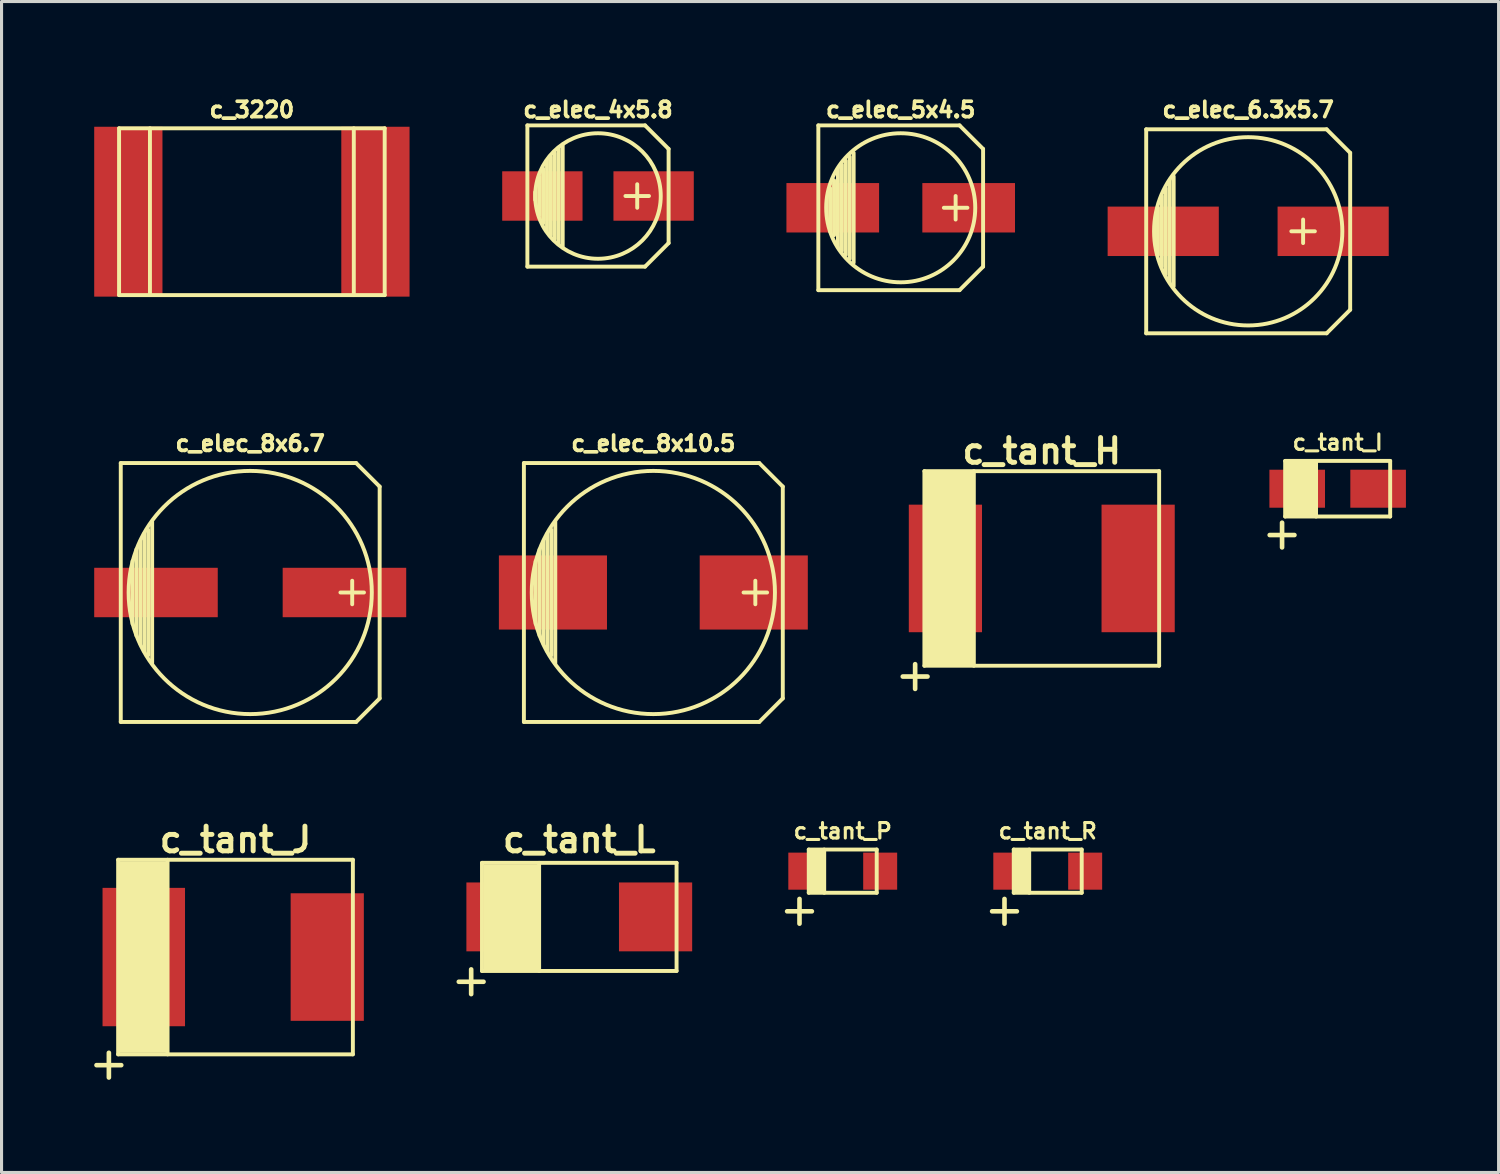
<source format=kicad_pcb>
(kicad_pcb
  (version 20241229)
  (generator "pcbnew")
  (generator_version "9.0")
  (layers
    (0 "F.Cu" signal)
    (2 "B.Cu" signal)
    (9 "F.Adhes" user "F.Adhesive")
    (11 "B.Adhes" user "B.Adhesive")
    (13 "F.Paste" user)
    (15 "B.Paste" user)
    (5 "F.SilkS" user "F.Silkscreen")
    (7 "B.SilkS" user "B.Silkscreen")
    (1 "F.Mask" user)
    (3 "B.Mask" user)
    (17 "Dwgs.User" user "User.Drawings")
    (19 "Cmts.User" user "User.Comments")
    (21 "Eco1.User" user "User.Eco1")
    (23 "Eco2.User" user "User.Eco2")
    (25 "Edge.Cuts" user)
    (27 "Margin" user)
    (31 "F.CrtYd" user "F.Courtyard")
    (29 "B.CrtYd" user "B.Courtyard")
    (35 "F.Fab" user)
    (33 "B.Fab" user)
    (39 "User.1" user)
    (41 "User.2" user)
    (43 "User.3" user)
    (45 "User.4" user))
  (footprint "c_3220"
    (layer "F.Cu")
    (at 5.105 3.804)
    (property "Reference" "c_3220" (at 0 -3.302 0) (layer "F.SilkS") (effects (font (size 0.5 0.5) (thickness 0.119))))
    (attr through_hole)
    (fp_line (start -4.3 -2.7) (end 4.3 -2.7) (stroke (width 0.127) (type solid)) (layer "F.SilkS"))
    (fp_line (start -4.3 2.7) (end -4.3 -2.7) (stroke (width 0.127) (type solid)) (layer "F.SilkS"))
    (fp_line (start -4.3 2.7) (end 4.3 2.7) (stroke (width 0.127) (type solid)) (layer "F.SilkS"))
    (fp_line (start -3.3 2.7) (end -3.3 -2.7) (stroke (width 0.127) (type solid)) (layer "F.SilkS"))
    (fp_line (start 3.3 2.7) (end 3.3 -2.7) (stroke (width 0.127) (type solid)) (layer "F.SilkS"))
    (fp_line (start 4.3 2.7) (end 4.3 -2.7) (stroke (width 0.127) (type solid)) (layer "F.SilkS"))
    (pad "1" smd rect (at 4 0) (size 2.21 5.5) (layers "F.Cu" "F.Mask" "F.Paste"))
    (pad "2" smd rect (at -4 0) (size 2.21 5.5) (layers "F.Cu" "F.Mask" "F.Paste")))
  (footprint "c_elec_4x5.8"
    (layer "F.Cu")
    (at 16.311 3.296)
    (property "Reference" "c_elec_4x5.8" (at 0 -2.794 0) (layer "F.SilkS") (effects (font (size 0.5 0.5) (thickness 0.119))))
    (attr through_hole)
    (fp_line (start -2.286 -2.286) (end -2.286 2.286) (stroke (width 0.127) (type solid)) (layer "F.SilkS"))
    (fp_line (start -2.032 0.127) (end -2.032 -0.127) (stroke (width 0.127) (type solid)) (layer "F.SilkS"))
    (fp_line (start -1.905 -0.635) (end -1.905 0.635) (stroke (width 0.127) (type solid)) (layer "F.SilkS"))
    (fp_line (start -1.778 0.889) (end -1.778 -0.889) (stroke (width 0.127) (type solid)) (layer "F.SilkS"))
    (fp_line (start -1.651 1.143) (end -1.651 -1.143) (stroke (width 0.127) (type solid)) (layer "F.SilkS"))
    (fp_line (start -1.524 -1.27) (end -1.524 1.27) (stroke (width 0.127) (type solid)) (layer "F.SilkS"))
    (fp_line (start -1.397 1.397) (end -1.397 -1.397) (stroke (width 0.127) (type solid)) (layer "F.SilkS"))
    (fp_line (start -1.27 -1.524) (end -1.27 1.524) (stroke (width 0.127) (type solid)) (layer "F.SilkS"))
    (fp_line (start -1.143 -1.651) (end -1.143 1.651) (stroke (width 0.127) (type solid)) (layer "F.SilkS"))
    (fp_line (start 1.27 -0.381) (end 1.27 0.381) (stroke (width 0.127) (type solid)) (layer "F.SilkS"))
    (fp_line (start 1.524 -2.286) (end -2.286 -2.286) (stroke (width 0.127) (type solid)) (layer "F.SilkS"))
    (fp_line (start 1.524 -2.286) (end 2.286 -1.524) (stroke (width 0.127) (type solid)) (layer "F.SilkS"))
    (fp_line (start 1.524 2.286) (end -2.286 2.286) (stroke (width 0.127) (type solid)) (layer "F.SilkS"))
    (fp_line (start 1.524 2.286) (end 2.286 1.524) (stroke (width 0.127) (type solid)) (layer "F.SilkS"))
    (fp_line (start 1.651 0) (end 0.889 0) (stroke (width 0.127) (type solid)) (layer "F.SilkS"))
    (fp_line (start 2.286 -1.524) (end 2.286 1.524) (stroke (width 0.127) (type solid)) (layer "F.SilkS"))
    (fp_circle (center 0 0) (end -2.032 0) (stroke (width 0.127) (type solid)) (fill no) (layer "F.SilkS"))
    (pad "1" smd rect (at 1.801 0) (size 2.601 1.6) (layers "F.Cu" "F.Mask" "F.Paste"))
    (pad "2" smd rect (at -1.801 0) (size 2.601 1.6) (layers "F.Cu" "F.Mask" "F.Paste")))
  (footprint "c_tant_P"
    (layer "F.Cu")
    (at 24.235 25.155)
    (property "Reference" "c_tant_P" (at 0 -1.3 0) (layer "F.SilkS") (effects (font (size 0.5 0.5) (thickness 0.1))))
    (attr through_hole)
    (fp_line (start -1.8 1.3) (end -1 1.3) (stroke (width 0.15) (type solid)) (layer "F.SilkS"))
    (fp_line (start -1.4 0.9) (end -1.4 1.7) (stroke (width 0.15) (type solid)) (layer "F.SilkS"))
    (fp_line (start -1.1 -0.7) (end -1.1 0.7) (stroke (width 0.127) (type solid)) (layer "F.SilkS"))
    (fp_line (start -1.1 0.7) (end 1.1 0.7) (stroke (width 0.127) (type solid)) (layer "F.SilkS"))
    (fp_line (start -0.6 -0.7) (end -0.6 0.7) (stroke (width 0.127) (type solid)) (layer "F.SilkS"))
    (fp_line (start 1.1 -0.7) (end -1.1 -0.7) (stroke (width 0.127) (type solid)) (layer "F.SilkS"))
    (fp_line (start 1.1 0.7) (end 1.1 -0.7) (stroke (width 0.127) (type solid)) (layer "F.SilkS"))
    (fp_poly (pts (xy -1.1 -0.7) (xy -0.6 -0.7) (xy -0.6 0.7) (xy -1.1 0.7)) (stroke (width 0.01) (type solid)) (fill yes) (layer "F.SilkS"))
    (pad "1" smd rect (at -1.212 0) (size 1.1 1.2) (layers "F.Cu" "F.Mask" "F.Paste"))
    (pad "2" smd rect (at 1.212 0) (size 1.1 1.2) (layers "F.Cu" "F.Mask" "F.Paste")))
  (footprint "c_elec_6.3x5.7"
    (layer "F.Cu")
    (at 37.362 4.439)
    (property "Reference" "c_elec_6.3x5.7" (at 0 -3.937 0) (layer "F.SilkS") (effects (font (size 0.5 0.5) (thickness 0.119))))
    (attr through_hole)
    (fp_line (start -3.302 -3.302) (end -3.302 3.302) (stroke (width 0.127) (type solid)) (layer "F.SilkS"))
    (fp_line (start -3.302 3.302) (end 2.54 3.302) (stroke (width 0.127) (type solid)) (layer "F.SilkS"))
    (fp_line (start -2.921 -0.762) (end -2.921 0.762) (stroke (width 0.127) (type solid)) (layer "F.SilkS"))
    (fp_line (start -2.794 1.143) (end -2.794 -1.143) (stroke (width 0.127) (type solid)) (layer "F.SilkS"))
    (fp_line (start -2.667 -1.397) (end -2.667 1.397) (stroke (width 0.127) (type solid)) (layer "F.SilkS"))
    (fp_line (start -2.54 1.651) (end -2.54 -1.651) (stroke (width 0.127) (type solid)) (layer "F.SilkS"))
    (fp_line (start -2.413 -1.778) (end -2.413 1.778) (stroke (width 0.127) (type solid)) (layer "F.SilkS"))
    (fp_line (start 1.778 -0.381) (end 1.778 0.381) (stroke (width 0.127) (type solid)) (layer "F.SilkS"))
    (fp_line (start 2.159 0) (end 1.397 0) (stroke (width 0.127) (type solid)) (layer "F.SilkS"))
    (fp_line (start 2.54 -3.302) (end -3.302 -3.302) (stroke (width 0.127) (type solid)) (layer "F.SilkS"))
    (fp_line (start 2.54 3.302) (end 3.302 2.54) (stroke (width 0.127) (type solid)) (layer "F.SilkS"))
    (fp_line (start 3.302 -2.54) (end 2.54 -3.302) (stroke (width 0.127) (type solid)) (layer "F.SilkS"))
    (fp_line (start 3.302 2.54) (end 3.302 -2.54) (stroke (width 0.127) (type solid)) (layer "F.SilkS"))
    (fp_circle (center 0 0) (end -3.048 0) (stroke (width 0.127) (type solid)) (fill no) (layer "F.SilkS"))
    (pad "1" smd rect (at 2.751 0) (size 3.599 1.6) (layers "F.Cu" "F.Mask" "F.Paste"))
    (pad "2" smd rect (at -2.751 0) (size 3.599 1.6) (layers "F.Cu" "F.Mask" "F.Paste")))
  (footprint "c_elec_8x6.7"
    (layer "F.Cu")
    (at 5.051 16.133)
    (property "Reference" "c_elec_8x6.7" (at 0 -4.826 0) (layer "F.SilkS") (effects (font (size 0.5 0.5) (thickness 0.119))))
    (attr through_hole)
    (fp_line (start -4.191 -4.191) (end -4.191 4.191) (stroke (width 0.127) (type solid)) (layer "F.SilkS"))
    (fp_line (start -4.191 4.191) (end 3.429 4.191) (stroke (width 0.127) (type solid)) (layer "F.SilkS"))
    (fp_line (start -3.81 -1.016) (end -3.81 1.016) (stroke (width 0.127) (type solid)) (layer "F.SilkS"))
    (fp_line (start -3.683 1.397) (end -3.683 -1.397) (stroke (width 0.127) (type solid)) (layer "F.SilkS"))
    (fp_line (start -3.556 -1.651) (end -3.556 1.651) (stroke (width 0.127) (type solid)) (layer "F.SilkS"))
    (fp_line (start -3.429 1.905) (end -3.429 -1.905) (stroke (width 0.127) (type solid)) (layer "F.SilkS"))
    (fp_line (start -3.302 2.032) (end -3.302 -2.032) (stroke (width 0.127) (type solid)) (layer "F.SilkS"))
    (fp_line (start -3.175 -2.286) (end -3.175 2.286) (stroke (width 0.127) (type solid)) (layer "F.SilkS"))
    (fp_line (start 3.302 -0.381) (end 3.302 0.381) (stroke (width 0.127) (type solid)) (layer "F.SilkS"))
    (fp_line (start 3.429 -4.191) (end -4.191 -4.191) (stroke (width 0.127) (type solid)) (layer "F.SilkS"))
    (fp_line (start 3.429 4.191) (end 4.191 3.429) (stroke (width 0.127) (type solid)) (layer "F.SilkS"))
    (fp_line (start 3.683 0) (end 2.921 0) (stroke (width 0.127) (type solid)) (layer "F.SilkS"))
    (fp_line (start 4.191 -3.429) (end 3.429 -4.191) (stroke (width 0.127) (type solid)) (layer "F.SilkS"))
    (fp_line (start 4.191 3.429) (end 4.191 -3.429) (stroke (width 0.127) (type solid)) (layer "F.SilkS"))
    (fp_circle (center 0 0) (end 3.937 0) (stroke (width 0.127) (type solid)) (fill no) (layer "F.SilkS"))
    (pad "1" smd rect (at 3.051 0) (size 4 1.6) (layers "F.Cu" "F.Mask" "F.Paste"))
    (pad "2" smd rect (at -3.051 0) (size 4 1.6) (layers "F.Cu" "F.Mask" "F.Paste")))
  (footprint "c_tant_R"
    (layer "F.Cu")
    (at 30.872 25.155)
    (property "Reference" "c_tant_R" (at 0 -1.3 0) (layer "F.SilkS") (effects (font (size 0.5 0.5) (thickness 0.1))))
    (attr through_hole)
    (fp_line (start -1.8 1.3) (end -1 1.3) (stroke (width 0.15) (type solid)) (layer "F.SilkS"))
    (fp_line (start -1.4 0.9) (end -1.4 1.7) (stroke (width 0.15) (type solid)) (layer "F.SilkS"))
    (fp_line (start -1.1 -0.7) (end -1.1 0.7) (stroke (width 0.127) (type solid)) (layer "F.SilkS"))
    (fp_line (start -1.1 0.7) (end 1.1 0.7) (stroke (width 0.127) (type solid)) (layer "F.SilkS"))
    (fp_line (start -0.6 -0.7) (end -0.6 0.7) (stroke (width 0.127) (type solid)) (layer "F.SilkS"))
    (fp_line (start 1.1 -0.7) (end -1.1 -0.7) (stroke (width 0.127) (type solid)) (layer "F.SilkS"))
    (fp_line (start 1.1 0.7) (end 1.1 -0.7) (stroke (width 0.127) (type solid)) (layer "F.SilkS"))
    (fp_poly (pts (xy -1.1 -0.7) (xy -0.6 -0.7) (xy -0.6 0.7) (xy -1.1 0.7)) (stroke (width 0.01) (type solid)) (fill yes) (layer "F.SilkS"))
    (pad "1" smd rect (at -1.212 0) (size 1.1 1.2) (layers "F.Cu" "F.Mask" "F.Paste"))
    (pad "2" smd rect (at 1.212 0) (size 1.1 1.2) (layers "F.Cu" "F.Mask" "F.Paste")))
  (footprint "c_elec_5x4.5"
    (layer "F.Cu")
    (at 26.112 3.677)
    (property "Reference" "c_elec_5x4.5" (at 0 -3.175 0) (layer "F.SilkS") (effects (font (size 0.5 0.5) (thickness 0.119))))
    (attr through_hole)
    (fp_line (start -2.667 -2.667) (end 1.905 -2.667) (stroke (width 0.127) (type solid)) (layer "F.SilkS"))
    (fp_line (start -2.667 2.667) (end -2.667 -2.667) (stroke (width 0.127) (type solid)) (layer "F.SilkS"))
    (fp_line (start -2.286 -0.635) (end -2.286 0.762) (stroke (width 0.127) (type solid)) (layer "F.SilkS"))
    (fp_line (start -2.159 -0.889) (end -2.159 0.889) (stroke (width 0.127) (type solid)) (layer "F.SilkS"))
    (fp_line (start -2.032 -1.27) (end -2.032 1.27) (stroke (width 0.127) (type solid)) (layer "F.SilkS"))
    (fp_line (start -1.905 1.397) (end -1.905 -1.397) (stroke (width 0.127) (type solid)) (layer "F.SilkS"))
    (fp_line (start -1.778 -1.524) (end -1.778 1.524) (stroke (width 0.127) (type solid)) (layer "F.SilkS"))
    (fp_line (start -1.651 1.651) (end -1.651 -1.651) (stroke (width 0.127) (type solid)) (layer "F.SilkS"))
    (fp_line (start -1.524 -1.778) (end -1.524 1.778) (stroke (width 0.127) (type solid)) (layer "F.SilkS"))
    (fp_line (start 1.778 -0.381) (end 1.778 0.381) (stroke (width 0.127) (type solid)) (layer "F.SilkS"))
    (fp_line (start 1.905 -2.667) (end 2.667 -1.905) (stroke (width 0.127) (type solid)) (layer "F.SilkS"))
    (fp_line (start 1.905 2.667) (end -2.667 2.667) (stroke (width 0.127) (type solid)) (layer "F.SilkS"))
    (fp_line (start 2.159 0) (end 1.397 0) (stroke (width 0.127) (type solid)) (layer "F.SilkS"))
    (fp_line (start 2.667 -1.905) (end 2.667 1.905) (stroke (width 0.127) (type solid)) (layer "F.SilkS"))
    (fp_line (start 2.667 1.905) (end 1.905 2.667) (stroke (width 0.127) (type solid)) (layer "F.SilkS"))
    (fp_circle (center 0 0) (end -2.413 0) (stroke (width 0.127) (type solid)) (fill no) (layer "F.SilkS"))
    (pad "1" smd rect (at 2.2 0) (size 3 1.6) (layers "F.Cu" "F.Mask" "F.Paste"))
    (pad "2" smd rect (at -2.2 0) (size 3 1.6) (layers "F.Cu" "F.Mask" "F.Paste")))
  (footprint "c_tant_J"
    (layer "F.Cu")
    (at 4.575 27.936)
    (property "Reference" "c_tant_J" (at 0 -3.8 0) (layer "F.SilkS") (effects (font (size 0.8 0.8) (thickness 0.16))))
    (attr through_hole)
    (fp_line (start -4.5 3.5) (end -3.7 3.5) (stroke (width 0.15) (type solid)) (layer "F.SilkS"))
    (fp_line (start -4.1 3.1) (end -4.1 3.9) (stroke (width 0.15) (type solid)) (layer "F.SilkS"))
    (fp_line (start -3.8 -3.15) (end -3.8 3.15) (stroke (width 0.127) (type solid)) (layer "F.SilkS"))
    (fp_line (start -3.8 3.15) (end 3.8 3.15) (stroke (width 0.127) (type solid)) (layer "F.SilkS"))
    (fp_line (start -2.2 3.15) (end -2.2 -3.15) (stroke (width 0.127) (type solid)) (layer "F.SilkS"))
    (fp_line (start 3.8 -3.15) (end -3.8 -3.15) (stroke (width 0.127) (type solid)) (layer "F.SilkS"))
    (fp_line (start 3.8 -3.15) (end 3.8 3.15) (stroke (width 0.127) (type solid)) (layer "F.SilkS"))
    (fp_poly (pts (xy -3.8 -3.1) (xy -2.2 -3.1) (xy -2.2 3.1) (xy -3.8 3.1)) (stroke (width 0.01) (type solid)) (fill yes) (layer "F.SilkS"))
    (pad "1" smd rect (at -2.97 0) (size 2.67 4.48) (layers "F.Cu" "F.Mask" "F.Paste"))
    (pad "2" smd rect (at 2.97 0) (size 2.37 4.13) (layers "F.Cu" "F.Mask" "F.Paste")))
  (footprint "c_tant_L"
    (layer "F.Cu")
    (at 15.705 26.636)
    (property "Reference" "c_tant_L" (at 0 -2.5 0) (layer "F.SilkS") (effects (font (size 0.8 0.8) (thickness 0.16))))
    (attr through_hole)
    (fp_line (start -3.9 2.1) (end -3.1 2.1) (stroke (width 0.15) (type solid)) (layer "F.SilkS"))
    (fp_line (start -3.5 1.7) (end -3.5 2.5) (stroke (width 0.15) (type solid)) (layer "F.SilkS"))
    (fp_line (start -3.15 -1.75) (end -3.15 1.75) (stroke (width 0.127) (type solid)) (layer "F.SilkS"))
    (fp_line (start -3.15 1.75) (end 3.15 1.75) (stroke (width 0.127) (type solid)) (layer "F.SilkS"))
    (fp_line (start -1.3 -1.75) (end -1.3 1.75) (stroke (width 0.127) (type solid)) (layer "F.SilkS"))
    (fp_line (start 3.15 -1.75) (end -3.15 -1.75) (stroke (width 0.127) (type solid)) (layer "F.SilkS"))
    (fp_line (start 3.15 1.75) (end 3.15 -1.75) (stroke (width 0.127) (type solid)) (layer "F.SilkS"))
    (fp_poly (pts (xy -1.3 1.7) (xy -3.1 1.7) (xy -3.1 -1.7) (xy -1.3 -1.7)) (stroke (width 0.01) (type solid)) (fill yes) (layer "F.SilkS"))
    (pad "1" smd rect (at -2.47 0) (size 2.37 2.23) (layers "F.Cu" "F.Mask" "F.Paste"))
    (pad "2" smd rect (at 2.47 0) (size 2.37 2.23) (layers "F.Cu" "F.Mask" "F.Paste")))
  (footprint "c_elec_8x10.5"
    (layer "F.Cu")
    (at 18.103 16.133)
    (property "Reference" "c_elec_8x10.5" (at 0 -4.826 0) (layer "F.SilkS") (effects (font (size 0.5 0.5) (thickness 0.119))))
    (attr through_hole)
    (fp_line (start -4.191 -4.191) (end -4.191 4.191) (stroke (width 0.127) (type solid)) (layer "F.SilkS"))
    (fp_line (start -4.191 4.191) (end 3.429 4.191) (stroke (width 0.127) (type solid)) (layer "F.SilkS"))
    (fp_line (start -3.81 -1.016) (end -3.81 1.016) (stroke (width 0.127) (type solid)) (layer "F.SilkS"))
    (fp_line (start -3.683 1.397) (end -3.683 -1.397) (stroke (width 0.127) (type solid)) (layer "F.SilkS"))
    (fp_line (start -3.556 -1.651) (end -3.556 1.651) (stroke (width 0.127) (type solid)) (layer "F.SilkS"))
    (fp_line (start -3.429 1.905) (end -3.429 -1.905) (stroke (width 0.127) (type solid)) (layer "F.SilkS"))
    (fp_line (start -3.302 2.032) (end -3.302 -2.032) (stroke (width 0.127) (type solid)) (layer "F.SilkS"))
    (fp_line (start -3.175 -2.286) (end -3.175 2.286) (stroke (width 0.127) (type solid)) (layer "F.SilkS"))
    (fp_line (start 3.302 -0.381) (end 3.302 0.381) (stroke (width 0.127) (type solid)) (layer "F.SilkS"))
    (fp_line (start 3.429 -4.191) (end -4.191 -4.191) (stroke (width 0.127) (type solid)) (layer "F.SilkS"))
    (fp_line (start 3.429 4.191) (end 4.191 3.429) (stroke (width 0.127) (type solid)) (layer "F.SilkS"))
    (fp_line (start 3.683 0) (end 2.921 0) (stroke (width 0.127) (type solid)) (layer "F.SilkS"))
    (fp_line (start 4.191 -3.429) (end 3.429 -4.191) (stroke (width 0.127) (type solid)) (layer "F.SilkS"))
    (fp_line (start 4.191 3.429) (end 4.191 -3.429) (stroke (width 0.127) (type solid)) (layer "F.SilkS"))
    (fp_circle (center 0 0) (end 3.937 0) (stroke (width 0.127) (type solid)) (fill no) (layer "F.SilkS"))
    (pad "1" smd rect (at 3.251 0) (size 3.5 2.4) (layers "F.Cu" "F.Mask" "F.Paste"))
    (pad "2" smd rect (at -3.251 0) (size 3.5 2.4) (layers "F.Cu" "F.Mask" "F.Paste")))
  (footprint "c_tant_H"
    (layer "F.Cu")
    (at 30.679 15.354)
    (property "Reference" "c_tant_H" (at 0 -3.8 0) (layer "F.SilkS") (effects (font (size 0.8 0.8) (thickness 0.16))))
    (attr through_hole)
    (fp_line (start -4.5 3.5) (end -3.7 3.5) (stroke (width 0.15) (type solid)) (layer "F.SilkS"))
    (fp_line (start -4.1 3.1) (end -4.1 3.9) (stroke (width 0.15) (type solid)) (layer "F.SilkS"))
    (fp_line (start -3.8 -3.15) (end -3.8 3.15) (stroke (width 0.127) (type solid)) (layer "F.SilkS"))
    (fp_line (start -3.8 3.15) (end 3.8 3.15) (stroke (width 0.127) (type solid)) (layer "F.SilkS"))
    (fp_line (start -2.2 3.15) (end -2.2 -3.15) (stroke (width 0.127) (type solid)) (layer "F.SilkS"))
    (fp_line (start 3.8 -3.15) (end -3.8 -3.15) (stroke (width 0.127) (type solid)) (layer "F.SilkS"))
    (fp_line (start 3.8 -3.15) (end 3.8 3.15) (stroke (width 0.127) (type solid)) (layer "F.SilkS"))
    (fp_poly (pts (xy -3.8 -3.1) (xy -2.2 -3.1) (xy -2.2 3.1) (xy -3.8 3.1)) (stroke (width 0.01) (type solid)) (fill yes) (layer "F.SilkS"))
    (pad "1" smd rect (at -3.12 0) (size 2.37 4.13) (layers "F.Cu" "F.Mask" "F.Paste"))
    (pad "2" smd rect (at 3.12 0) (size 2.37 4.13) (layers "F.Cu" "F.Mask" "F.Paste")))
  (footprint "c_tant_I"
    (layer "F.Cu")
    (at 40.259 12.773)
    (property "Reference" "c_tant_I" (at 0 -1.5 0) (layer "F.SilkS") (effects (font (size 0.5 0.5) (thickness 0.1))))
    (attr through_hole)
    (fp_line (start -2.2 1.5) (end -1.4 1.5) (stroke (width 0.15) (type solid)) (layer "F.SilkS"))
    (fp_line (start -1.8 1.1) (end -1.8 1.9) (stroke (width 0.15) (type solid)) (layer "F.SilkS"))
    (fp_line (start -1.7 -0.9) (end -1.7 0.9) (stroke (width 0.127) (type solid)) (layer "F.SilkS"))
    (fp_line (start -1.7 0.9) (end 1.7 0.9) (stroke (width 0.127) (type solid)) (layer "F.SilkS"))
    (fp_line (start -0.7 0.9) (end -0.7 -0.9) (stroke (width 0.127) (type solid)) (layer "F.SilkS"))
    (fp_line (start 1.7 -0.9) (end -1.7 -0.9) (stroke (width 0.127) (type solid)) (layer "F.SilkS"))
    (fp_line (start 1.7 0.9) (end 1.7 -0.9) (stroke (width 0.127) (type solid)) (layer "F.SilkS"))
    (fp_poly (pts (xy -1.7 -0.9) (xy -0.7 -0.9) (xy -0.7 0.9) (xy -1.7 0.9)) (stroke (width 0.01) (type solid)) (fill yes) (layer "F.SilkS"))
    (pad "1" smd rect (at -1.31 0) (size 1.8 1.23) (layers "F.Cu" "F.Mask" "F.Paste"))
    (pad "2" smd rect (at 1.31 0) (size 1.8 1.23) (layers "F.Cu" "F.Mask" "F.Paste")))
  (gr_rect
    (start -3 -3)
    (end 45.469 34.911)
    (stroke (width 0.1) (type default))
    (fill no)
    (layer "Edge.Cuts")))
</source>
